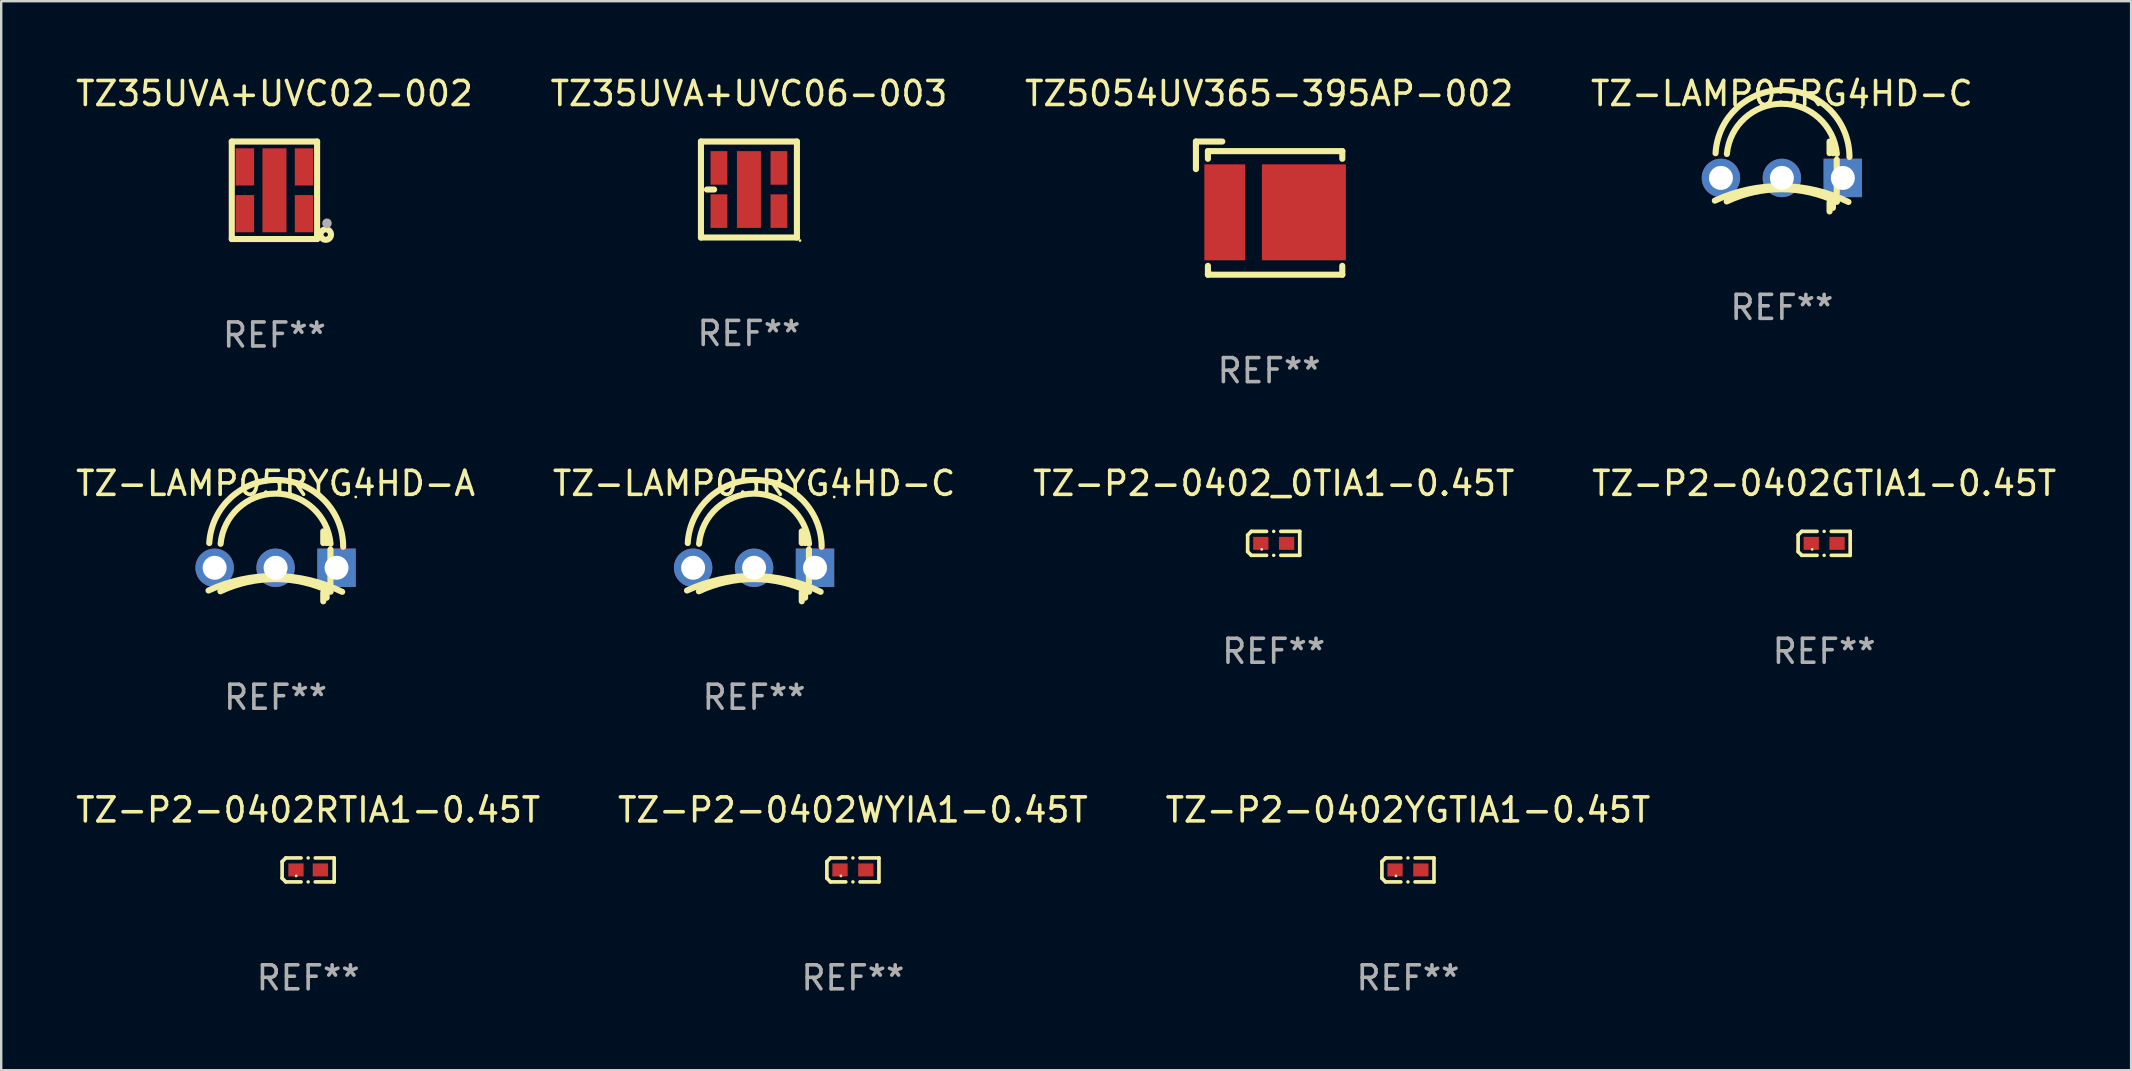
<source format=kicad_pcb>
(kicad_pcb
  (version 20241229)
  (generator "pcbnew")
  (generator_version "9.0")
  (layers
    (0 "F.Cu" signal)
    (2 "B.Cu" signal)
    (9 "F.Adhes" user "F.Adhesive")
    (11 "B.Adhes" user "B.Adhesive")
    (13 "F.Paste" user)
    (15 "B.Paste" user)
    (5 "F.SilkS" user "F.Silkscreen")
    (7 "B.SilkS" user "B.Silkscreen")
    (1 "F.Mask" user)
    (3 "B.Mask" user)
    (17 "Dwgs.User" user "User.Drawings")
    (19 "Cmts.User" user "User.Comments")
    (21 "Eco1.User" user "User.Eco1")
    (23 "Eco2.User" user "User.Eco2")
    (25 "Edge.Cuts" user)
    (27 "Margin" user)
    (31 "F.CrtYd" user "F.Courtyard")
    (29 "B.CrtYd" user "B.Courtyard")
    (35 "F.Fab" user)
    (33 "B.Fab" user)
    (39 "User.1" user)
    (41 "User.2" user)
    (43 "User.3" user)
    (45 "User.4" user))
  (footprint "TZ5054UV365-395AP-002"
    (layer "F.Cu")
    (at 49.839 5.623)
    (property "Reference" "TZ5054UV365-395AP-002" (at 0 -4.775 0) (layer "F.SilkS") (effects (font (size 1 1) (thickness 0.15))))
    (attr through_hole)
    (fp_line (start -3.05 -2.775) (end -1.95 -2.775) (stroke (width 0.254) (type solid)) (layer "F.SilkS"))
    (fp_line (start -3.05 -1.625) (end -3.05 -2.775) (stroke (width 0.254) (type solid)) (layer "F.SilkS"))
    (fp_line (start -2.55 -2.375) (end -2.55 -2.056) (stroke (width 0.254) (type solid)) (layer "F.SilkS"))
    (fp_line (start -2.55 2.406) (end -2.55 2.775) (stroke (width 0.254) (type solid)) (layer "F.SilkS"))
    (fp_line (start -2.55 2.775) (end 3.05 2.775) (stroke (width 0.254) (type solid)) (layer "F.SilkS"))
    (fp_line (start 3.05 -2.375) (end -2.55 -2.375) (stroke (width 0.254) (type solid)) (layer "F.SilkS"))
    (fp_line (start 3.05 -2.056) (end 3.05 -2.375) (stroke (width 0.254) (type solid)) (layer "F.SilkS"))
    (fp_line (start 3.05 2.775) (end 3.05 2.406) (stroke (width 0.254) (type solid)) (layer "F.SilkS"))
    (fp_circle (center -2.45 2.675) (end -2.42 2.675) (stroke (width 0.06) (type solid)) (fill no) (layer "F.SilkS"))
    (fp_text user "REF**" (at 0 6.775 0) (layer "F.Fab") (effects (font (size 1 1) (thickness 0.15))))
    (pad "1" smd rect (at -1.85 0.175) (size 1.7 4) (layers "F.Cu" "F.Mask" "F.Paste"))
    (pad "2" smd rect (at 1.45 0.175) (size 3.5 4) (layers "F.Cu" "F.Mask" "F.Paste")))
  (footprint "TZ-P2-0402RTIA1-0.45T"
    (layer "F.Cu")
    (at 9.792 33.203)
    (property "Reference" "TZ-P2-0402RTIA1-0.45T" (at 0 -2.499 0) (layer "F.SilkS") (effects (font (size 1 1) (thickness 0.15))))
    (attr through_hole)
    (fp_line (start -1.085 -0.346) (end -0.933 -0.499) (stroke (width 0.152) (type solid)) (layer "F.SilkS"))
    (fp_line (start -1.085 0.346) (end -1.085 -0.346) (stroke (width 0.152) (type solid)) (layer "F.SilkS"))
    (fp_line (start -0.933 -0.499) (end -0.296 -0.499) (stroke (width 0.152) (type solid)) (layer "F.SilkS"))
    (fp_line (start -0.933 0.499) (end -1.085 0.346) (stroke (width 0.152) (type solid)) (layer "F.SilkS"))
    (fp_line (start -0.296 0.499) (end -0.933 0.499) (stroke (width 0.152) (type solid)) (layer "F.SilkS"))
    (fp_line (start 0.296 0.499) (end 1.085 0.499) (stroke (width 0.152) (type solid)) (layer "F.SilkS"))
    (fp_line (start 1.085 -0.499) (end 0.296 -0.499) (stroke (width 0.152) (type solid)) (layer "F.SilkS"))
    (fp_line (start 1.085 0.499) (end 1.085 -0.499) (stroke (width 0.152) (type solid)) (layer "F.SilkS"))
    (fp_circle (center -0.5 0.25) (end -0.47 0.25) (stroke (width 0.06) (type solid)) (fill no) (layer "F.SilkS"))
    (fp_circle (center 0 -0.499) (end 0.038 -0.499) (stroke (width 0.076) (type solid)) (fill no) (layer "F.SilkS"))
    (fp_circle (center 0 0.499) (end 0.038 0.499) (stroke (width 0.076) (type solid)) (fill no) (layer "F.SilkS"))
    (fp_text user "REF**" (at 0 4.499 0) (layer "F.Fab") (effects (font (size 1 1) (thickness 0.15))))
    (pad "1" smd rect (at -0.508 0) (size 0.636 0.54) (layers "F.Cu" "F.Mask" "F.Paste"))
    (pad "2" smd rect (at 0.508 0) (size 0.636 0.54) (layers "F.Cu" "F.Mask" "F.Paste")))
  (footprint "TZ-P2-0402WYIA1-0.45T"
    (layer "F.Cu")
    (at 32.494 33.203)
    (property "Reference" "TZ-P2-0402WYIA1-0.45T" (at 0 -2.499 0) (layer "F.SilkS") (effects (font (size 1 1) (thickness 0.15))))
    (attr through_hole)
    (fp_line (start -1.085 -0.346) (end -0.933 -0.499) (stroke (width 0.152) (type solid)) (layer "F.SilkS"))
    (fp_line (start -1.085 0.346) (end -1.085 -0.346) (stroke (width 0.152) (type solid)) (layer "F.SilkS"))
    (fp_line (start -0.933 -0.499) (end -0.296 -0.499) (stroke (width 0.152) (type solid)) (layer "F.SilkS"))
    (fp_line (start -0.933 0.499) (end -1.085 0.346) (stroke (width 0.152) (type solid)) (layer "F.SilkS"))
    (fp_line (start -0.296 0.499) (end -0.933 0.499) (stroke (width 0.152) (type solid)) (layer "F.SilkS"))
    (fp_line (start 0.296 0.499) (end 1.085 0.499) (stroke (width 0.152) (type solid)) (layer "F.SilkS"))
    (fp_line (start 1.085 -0.499) (end 0.296 -0.499) (stroke (width 0.152) (type solid)) (layer "F.SilkS"))
    (fp_line (start 1.085 0.499) (end 1.085 -0.499) (stroke (width 0.152) (type solid)) (layer "F.SilkS"))
    (fp_circle (center -0.5 0.25) (end -0.47 0.25) (stroke (width 0.06) (type solid)) (fill no) (layer "F.SilkS"))
    (fp_circle (center 0 -0.499) (end 0.038 -0.499) (stroke (width 0.076) (type solid)) (fill no) (layer "F.SilkS"))
    (fp_circle (center 0 0.499) (end 0.038 0.499) (stroke (width 0.076) (type solid)) (fill no) (layer "F.SilkS"))
    (fp_text user "REF**" (at 0 4.499 0) (layer "F.Fab") (effects (font (size 1 1) (thickness 0.15))))
    (pad "1" smd rect (at -0.538 0) (size 0.636 0.54) (layers "F.Cu" "F.Mask" "F.Paste"))
    (pad "2" smd rect (at 0.538 0) (size 0.636 0.54) (layers "F.Cu" "F.Mask" "F.Paste")))
  (footprint "TZ-P2-0402GTIA1-0.45T"
    (layer "F.Cu")
    (at 72.97 19.594)
    (property "Reference" "TZ-P2-0402GTIA1-0.45T" (at 0 -2.499 0) (layer "F.SilkS") (effects (font (size 1 1) (thickness 0.15))))
    (attr through_hole)
    (fp_line (start -1.085 -0.346) (end -0.933 -0.499) (stroke (width 0.152) (type solid)) (layer "F.SilkS"))
    (fp_line (start -1.085 0.346) (end -1.085 -0.346) (stroke (width 0.152) (type solid)) (layer "F.SilkS"))
    (fp_line (start -0.933 -0.499) (end -0.296 -0.499) (stroke (width 0.152) (type solid)) (layer "F.SilkS"))
    (fp_line (start -0.933 0.499) (end -1.085 0.346) (stroke (width 0.152) (type solid)) (layer "F.SilkS"))
    (fp_line (start -0.296 0.499) (end -0.933 0.499) (stroke (width 0.152) (type solid)) (layer "F.SilkS"))
    (fp_line (start 0.296 0.499) (end 1.085 0.499) (stroke (width 0.152) (type solid)) (layer "F.SilkS"))
    (fp_line (start 1.085 -0.499) (end 0.296 -0.499) (stroke (width 0.152) (type solid)) (layer "F.SilkS"))
    (fp_line (start 1.085 0.499) (end 1.085 -0.499) (stroke (width 0.152) (type solid)) (layer "F.SilkS"))
    (fp_circle (center -0.5 0.25) (end -0.47 0.25) (stroke (width 0.06) (type solid)) (fill no) (layer "F.SilkS"))
    (fp_circle (center 0 -0.499) (end 0.038 -0.499) (stroke (width 0.076) (type solid)) (fill no) (layer "F.SilkS"))
    (fp_circle (center 0 0.499) (end 0.038 0.499) (stroke (width 0.076) (type solid)) (fill no) (layer "F.SilkS"))
    (fp_text user "REF**" (at 0 4.499 0) (layer "F.Fab") (effects (font (size 1 1) (thickness 0.15))))
    (pad "1" smd rect (at -0.538 0) (size 0.636 0.54) (layers "F.Cu" "F.Mask" "F.Paste"))
    (pad "2" smd rect (at 0.538 0) (size 0.636 0.54) (layers "F.Cu" "F.Mask" "F.Paste")))
  (footprint "TZ-P2-0402YGTIA1-0.45T"
    (layer "F.Cu")
    (at 55.625 33.203)
    (property "Reference" "TZ-P2-0402YGTIA1-0.45T" (at 0 -2.499 0) (layer "F.SilkS") (effects (font (size 1 1) (thickness 0.15))))
    (attr through_hole)
    (fp_line (start -1.085 -0.346) (end -0.933 -0.499) (stroke (width 0.152) (type solid)) (layer "F.SilkS"))
    (fp_line (start -1.085 0.346) (end -1.085 -0.346) (stroke (width 0.152) (type solid)) (layer "F.SilkS"))
    (fp_line (start -0.933 -0.499) (end -0.296 -0.499) (stroke (width 0.152) (type solid)) (layer "F.SilkS"))
    (fp_line (start -0.933 0.499) (end -1.085 0.346) (stroke (width 0.152) (type solid)) (layer "F.SilkS"))
    (fp_line (start -0.296 0.499) (end -0.933 0.499) (stroke (width 0.152) (type solid)) (layer "F.SilkS"))
    (fp_line (start 0.296 0.499) (end 1.085 0.499) (stroke (width 0.152) (type solid)) (layer "F.SilkS"))
    (fp_line (start 1.085 -0.499) (end 0.296 -0.499) (stroke (width 0.152) (type solid)) (layer "F.SilkS"))
    (fp_line (start 1.085 0.499) (end 1.085 -0.499) (stroke (width 0.152) (type solid)) (layer "F.SilkS"))
    (fp_circle (center -0.5 0.25) (end -0.47 0.25) (stroke (width 0.06) (type solid)) (fill no) (layer "F.SilkS"))
    (fp_circle (center 0 -0.499) (end 0.038 -0.499) (stroke (width 0.076) (type solid)) (fill no) (layer "F.SilkS"))
    (fp_circle (center 0 0.499) (end 0.038 0.499) (stroke (width 0.076) (type solid)) (fill no) (layer "F.SilkS"))
    (fp_text user "REF**" (at 0 4.499 0) (layer "F.Fab") (effects (font (size 1 1) (thickness 0.15))))
    (pad "1" smd rect (at -0.538 0) (size 0.636 0.54) (layers "F.Cu" "F.Mask" "F.Paste"))
    (pad "2" smd rect (at 0.538 0) (size 0.636 0.54) (layers "F.Cu" "F.Mask" "F.Paste")))
  (footprint "TZ35UVA+UVC06-003"
    (layer "F.Cu")
    (at 28.161 4.848)
    (property "Reference" "TZ35UVA+UVC06-003" (at 0 -4 0) (layer "F.SilkS") (effects (font (size 1 1) (thickness 0.15))))
    (attr through_hole)
    (fp_line (start -2 -2) (end 2 -2) (stroke (width 0.254) (type solid)) (layer "F.SilkS"))
    (fp_line (start -2 2) (end -2 -2) (stroke (width 0.254) (type solid)) (layer "F.SilkS"))
    (fp_line (start -1.75 -0.000025) (end -1.45 -0.000025) (stroke (width 0.254) (type solid)) (layer "F.SilkS"))
    (fp_line (start 2 -2) (end 2 2) (stroke (width 0.254) (type solid)) (layer "F.SilkS"))
    (fp_line (start 2 2) (end -2 2) (stroke (width 0.254) (type solid)) (layer "F.SilkS"))
    (fp_circle (center 2.127 2.127) (end 2.157 2.127) (stroke (width 0.06) (type solid)) (fill no) (layer "F.SilkS"))
    (fp_text user "REF**" (at 0 6 0) (layer "F.Fab") (effects (font (size 1 1) (thickness 0.15))))
    (pad "1" smd rect (at 1.25 0.9 180) (size 0.7 1.4) (layers "F.Cu" "F.Mask" "F.Paste"))
    (pad "2" smd rect (at -1.25 0.9 180) (size 0.7 1.4) (layers "F.Cu" "F.Mask" "F.Paste"))
    (pad "3" smd rect (at 1.25 -0.9 180) (size 0.7 1.4) (layers "F.Cu" "F.Mask" "F.Paste"))
    (pad "4" smd rect (at -1.25 -0.9 180) (size 0.7 1.4) (layers "F.Cu" "F.Mask" "F.Paste"))
    (pad "5" smd rect (at 0 0 180) (size 1 3.2) (layers "F.Cu" "F.Mask" "F.Paste")))
  (footprint "TZ-P2-0402_0TIA1-0.45T"
    (layer "F.Cu")
    (at 50.03 19.594)
    (property "Reference" "TZ-P2-0402_0TIA1-0.45T" (at 0 -2.499 0) (layer "F.SilkS") (effects (font (size 1 1) (thickness 0.15))))
    (attr through_hole)
    (fp_line (start -1.085 -0.346) (end -0.933 -0.499) (stroke (width 0.152) (type solid)) (layer "F.SilkS"))
    (fp_line (start -1.085 0.346) (end -1.085 -0.346) (stroke (width 0.152) (type solid)) (layer "F.SilkS"))
    (fp_line (start -0.933 -0.499) (end -0.296 -0.499) (stroke (width 0.152) (type solid)) (layer "F.SilkS"))
    (fp_line (start -0.933 0.499) (end -1.085 0.346) (stroke (width 0.152) (type solid)) (layer "F.SilkS"))
    (fp_line (start -0.296 0.499) (end -0.933 0.499) (stroke (width 0.152) (type solid)) (layer "F.SilkS"))
    (fp_line (start 0.296 0.499) (end 1.085 0.499) (stroke (width 0.152) (type solid)) (layer "F.SilkS"))
    (fp_line (start 1.085 -0.499) (end 0.296 -0.499) (stroke (width 0.152) (type solid)) (layer "F.SilkS"))
    (fp_line (start 1.085 0.499) (end 1.085 -0.499) (stroke (width 0.152) (type solid)) (layer "F.SilkS"))
    (fp_circle (center -0.5 0.25) (end -0.47 0.25) (stroke (width 0.06) (type solid)) (fill no) (layer "F.SilkS"))
    (fp_circle (center 0 -0.499) (end 0.038 -0.499) (stroke (width 0.076) (type solid)) (fill no) (layer "F.SilkS"))
    (fp_circle (center 0 0.499) (end 0.038 0.499) (stroke (width 0.076) (type solid)) (fill no) (layer "F.SilkS"))
    (fp_text user "REF**" (at 0 4.499 0) (layer "F.Fab") (effects (font (size 1 1) (thickness 0.15))))
    (pad "1" smd rect (at -0.538 0) (size 0.636 0.54) (layers "F.Cu" "F.Mask" "F.Paste"))
    (pad "2" smd rect (at 0.538 0) (size 0.636 0.54) (layers "F.Cu" "F.Mask" "F.Paste")))
  (footprint "TZ35UVA+UVC02-002"
    (layer "F.Cu")
    (at 8.387 4.88)
    (property "Reference" "TZ35UVA+UVC02-002" (at 0 -4.032 0) (layer "F.SilkS") (effects (font (size 1 1) (thickness 0.15))))
    (attr through_hole)
    (fp_line (start -1.778 -2.032) (end 1.778 -2.032) (stroke (width 0.254) (type solid)) (layer "F.SilkS"))
    (fp_line (start -1.778 2.032) (end -1.778 -2.032) (stroke (width 0.254) (type solid)) (layer "F.SilkS"))
    (fp_line (start 1.778 -2.032) (end 1.778 2.032) (stroke (width 0.254) (type solid)) (layer "F.SilkS"))
    (fp_line (start 1.778 2.032) (end -1.778 2.032) (stroke (width 0.254) (type solid)) (layer "F.SilkS"))
    (fp_circle (center 1.75 1.75) (end 1.78 1.75) (stroke (width 0.06) (type solid)) (fill no) (layer "F.SilkS"))
    (fp_circle (center 2.139 1.845) (end 2.23 1.845) (stroke (width 0.254) (type solid)) (fill no) (layer "F.SilkS"))
    (fp_circle (center 2.189 1.374) (end 2.289 1.374) (stroke (width 0.2) (type solid)) (fill no) (layer "F.Fab"))
    (fp_text user "REF**" (at 0 6.032 0) (layer "F.Fab") (effects (font (size 1 1) (thickness 0.15))))
    (pad "1" smd rect (at 1.233 0.975) (size 0.77 1.55) (layers "F.Cu" "F.Mask" "F.Paste"))
    (pad "2" smd rect (at -1.233 0.975) (size 0.77 1.55) (layers "F.Cu" "F.Mask" "F.Paste"))
    (pad "3" smd rect (at 1.233 -0.975) (size 0.77 1.55) (layers "F.Cu" "F.Mask" "F.Paste"))
    (pad "4" smd rect (at -1.233 -0.975) (size 0.77 1.55) (layers "F.Cu" "F.Mask" "F.Paste"))
    (pad "5" smd rect (at 0 0) (size 1 3.5) (layers "F.Cu" "F.Mask" "F.Paste")))
  (footprint "TZ-LAMP05RG4HD-C"
    (layer "F.Cu")
    (at 71.208 4.305)
    (property "Reference" "TZ-LAMP05RG4HD-C" (at 0 -3.457 0) (layer "F.SilkS") (effects (font (size 1 1) (thickness 0.15))))
    (attr through_hole)
    (fp_line (start 1.987 -1.457) (end 1.987 -0.972) (stroke (width 0.254) (type solid)) (layer "F.SilkS"))
    (fp_line (start 1.987 1.091) (end 1.987 1.457) (stroke (width 0.254) (type solid)) (layer "F.SilkS"))
    (fp_line (start 2.128 -1.252) (end 2.128 -0.972) (stroke (width 0.254) (type solid)) (layer "F.SilkS"))
    (fp_line (start 2.128 1.091) (end 2.128 1.306) (stroke (width 0.254) (type solid)) (layer "F.SilkS"))
    (fp_line (start 2.286 -0.702) (end 2.286 0.695) (stroke (width 0.254) (type solid)) (layer "F.SilkS"))
    (fp_arc (start -2.79431 1.00635) (mid -0.003401 0.402194) (end 2.774956 1.061671) (stroke (width 0.254001) (type solid)) (layer "F.SilkS"))
    (fp_arc (start -2.764008 -0.970256) (mid 0.101321 -3.600361) (end 2.816739 -0.815748) (stroke (width 0.254001) (type solid)) (layer "F.SilkS"))
    (fp_arc (start -2.300305 1.040208) (mid -0.001691 0.529517) (end 2.293193 1.056718) (stroke (width 0.254001) (type solid)) (layer "F.SilkS"))
    (fp_arc (start -2.291543 -0.938963) (mid -0.000907 -3.03144) (end 2.290958 -0.94031) (stroke (width 0.254001) (type solid)) (layer "F.SilkS"))
    (fp_circle (center 3.34 -2.89) (end 3.37 -2.89) (stroke (width 0.06) (type solid)) (fill no) (layer "F.SilkS"))
    (fp_text user "REF**" (at 0 5.457 0) (layer "F.Fab") (effects (font (size 1 1) (thickness 0.15))))
    (pad "1" thru_hole rect (at 2.54 0.06) (size 1.6 1.6) (drill 1) (layers "*.Cu" "*.Mask"))
    (pad "2" thru_hole circle (at 0 0.06) (size 1.6 1.6) (drill 1) (layers "*.Cu" "*.Mask"))
    (pad "3" thru_hole circle (at -2.54 0.06) (size 1.6 1.6) (drill 1) (layers "*.Cu" "*.Mask")))
  (footprint "TZ-LAMP05RYG4HD-C"
    (layer "F.Cu")
    (at 28.375 20.552)
    (property "Reference" "TZ-LAMP05RYG4HD-C" (at 0 -3.457 0) (layer "F.SilkS") (effects (font (size 1 1) (thickness 0.15))))
    (attr through_hole)
    (fp_line (start 1.987 -1.457) (end 1.987 -0.972) (stroke (width 0.254) (type solid)) (layer "F.SilkS"))
    (fp_line (start 1.987 1.091) (end 1.987 1.457) (stroke (width 0.254) (type solid)) (layer "F.SilkS"))
    (fp_line (start 2.128 -1.252) (end 2.128 -0.972) (stroke (width 0.254) (type solid)) (layer "F.SilkS"))
    (fp_line (start 2.128 1.091) (end 2.128 1.306) (stroke (width 0.254) (type solid)) (layer "F.SilkS"))
    (fp_line (start 2.286 -0.702) (end 2.286 0.695) (stroke (width 0.254) (type solid)) (layer "F.SilkS"))
    (fp_arc (start -2.79431 1.00635) (mid -0.003401 0.402194) (end 2.774956 1.061671) (stroke (width 0.254001) (type solid)) (layer "F.SilkS"))
    (fp_arc (start -2.764008 -0.970256) (mid 0.101321 -3.600361) (end 2.816739 -0.815748) (stroke (width 0.254001) (type solid)) (layer "F.SilkS"))
    (fp_arc (start -2.300305 1.040208) (mid -0.001691 0.529517) (end 2.293193 1.056718) (stroke (width 0.254001) (type solid)) (layer "F.SilkS"))
    (fp_arc (start -2.291543 -0.938963) (mid -0.000907 -3.03144) (end 2.290958 -0.94031) (stroke (width 0.254001) (type solid)) (layer "F.SilkS"))
    (fp_circle (center 3.34 -2.89) (end 3.37 -2.89) (stroke (width 0.06) (type solid)) (fill no) (layer "F.SilkS"))
    (fp_text user "REF**" (at 0 5.457 0) (layer "F.Fab") (effects (font (size 1 1) (thickness 0.15))))
    (pad "1" thru_hole rect (at 2.54 0.06) (size 1.6 1.6) (drill 1) (layers "*.Cu" "*.Mask"))
    (pad "2" thru_hole circle (at 0 0.06) (size 1.6 1.6) (drill 1) (layers "*.Cu" "*.Mask"))
    (pad "3" thru_hole circle (at -2.54 0.06) (size 1.6 1.6) (drill 1) (layers "*.Cu" "*.Mask")))
  (footprint "TZ-LAMP05RYG4HD-A"
    (layer "F.Cu")
    (at 8.435 20.552)
    (property "Reference" "TZ-LAMP05RYG4HD-A" (at 0 -3.457 0) (layer "F.SilkS") (effects (font (size 1 1) (thickness 0.15))))
    (attr through_hole)
    (fp_line (start 1.987 -1.457) (end 1.987 -0.972) (stroke (width 0.254) (type solid)) (layer "F.SilkS"))
    (fp_line (start 1.987 1.091) (end 1.987 1.457) (stroke (width 0.254) (type solid)) (layer "F.SilkS"))
    (fp_line (start 2.128 -1.252) (end 2.128 -0.972) (stroke (width 0.254) (type solid)) (layer "F.SilkS"))
    (fp_line (start 2.128 1.091) (end 2.128 1.306) (stroke (width 0.254) (type solid)) (layer "F.SilkS"))
    (fp_line (start 2.286 -0.702) (end 2.286 0.695) (stroke (width 0.254) (type solid)) (layer "F.SilkS"))
    (fp_arc (start -2.79431 1.00635) (mid -0.003401 0.402194) (end 2.774956 1.061671) (stroke (width 0.254001) (type solid)) (layer "F.SilkS"))
    (fp_arc (start -2.764008 -0.970256) (mid 0.101321 -3.600361) (end 2.816739 -0.815748) (stroke (width 0.254001) (type solid)) (layer "F.SilkS"))
    (fp_arc (start -2.300305 1.040208) (mid -0.001691 0.529517) (end 2.293193 1.056718) (stroke (width 0.254001) (type solid)) (layer "F.SilkS"))
    (fp_arc (start -2.291543 -0.938963) (mid -0.000907 -3.03144) (end 2.290958 -0.94031) (stroke (width 0.254001) (type solid)) (layer "F.SilkS"))
    (fp_circle (center 3.34 -2.89) (end 3.37 -2.89) (stroke (width 0.06) (type solid)) (fill no) (layer "F.SilkS"))
    (fp_text user "REF**" (at 0 5.457 0) (layer "F.Fab") (effects (font (size 1 1) (thickness 0.15))))
    (pad "1" thru_hole rect (at 2.54 0.06) (size 1.6 1.6) (drill 1) (layers "*.Cu" "*.Mask"))
    (pad "2" thru_hole circle (at 0 0.06) (size 1.6 1.6) (drill 1) (layers "*.Cu" "*.Mask"))
    (pad "3" thru_hole circle (at -2.54 0.06) (size 1.6 1.6) (drill 1) (layers "*.Cu" "*.Mask")))
  (gr_rect
    (start -3 -3)
    (end 85.762 41.55)
    (stroke (width 0.1) (type default))
    (fill no)
    (layer "Edge.Cuts")))
</source>
